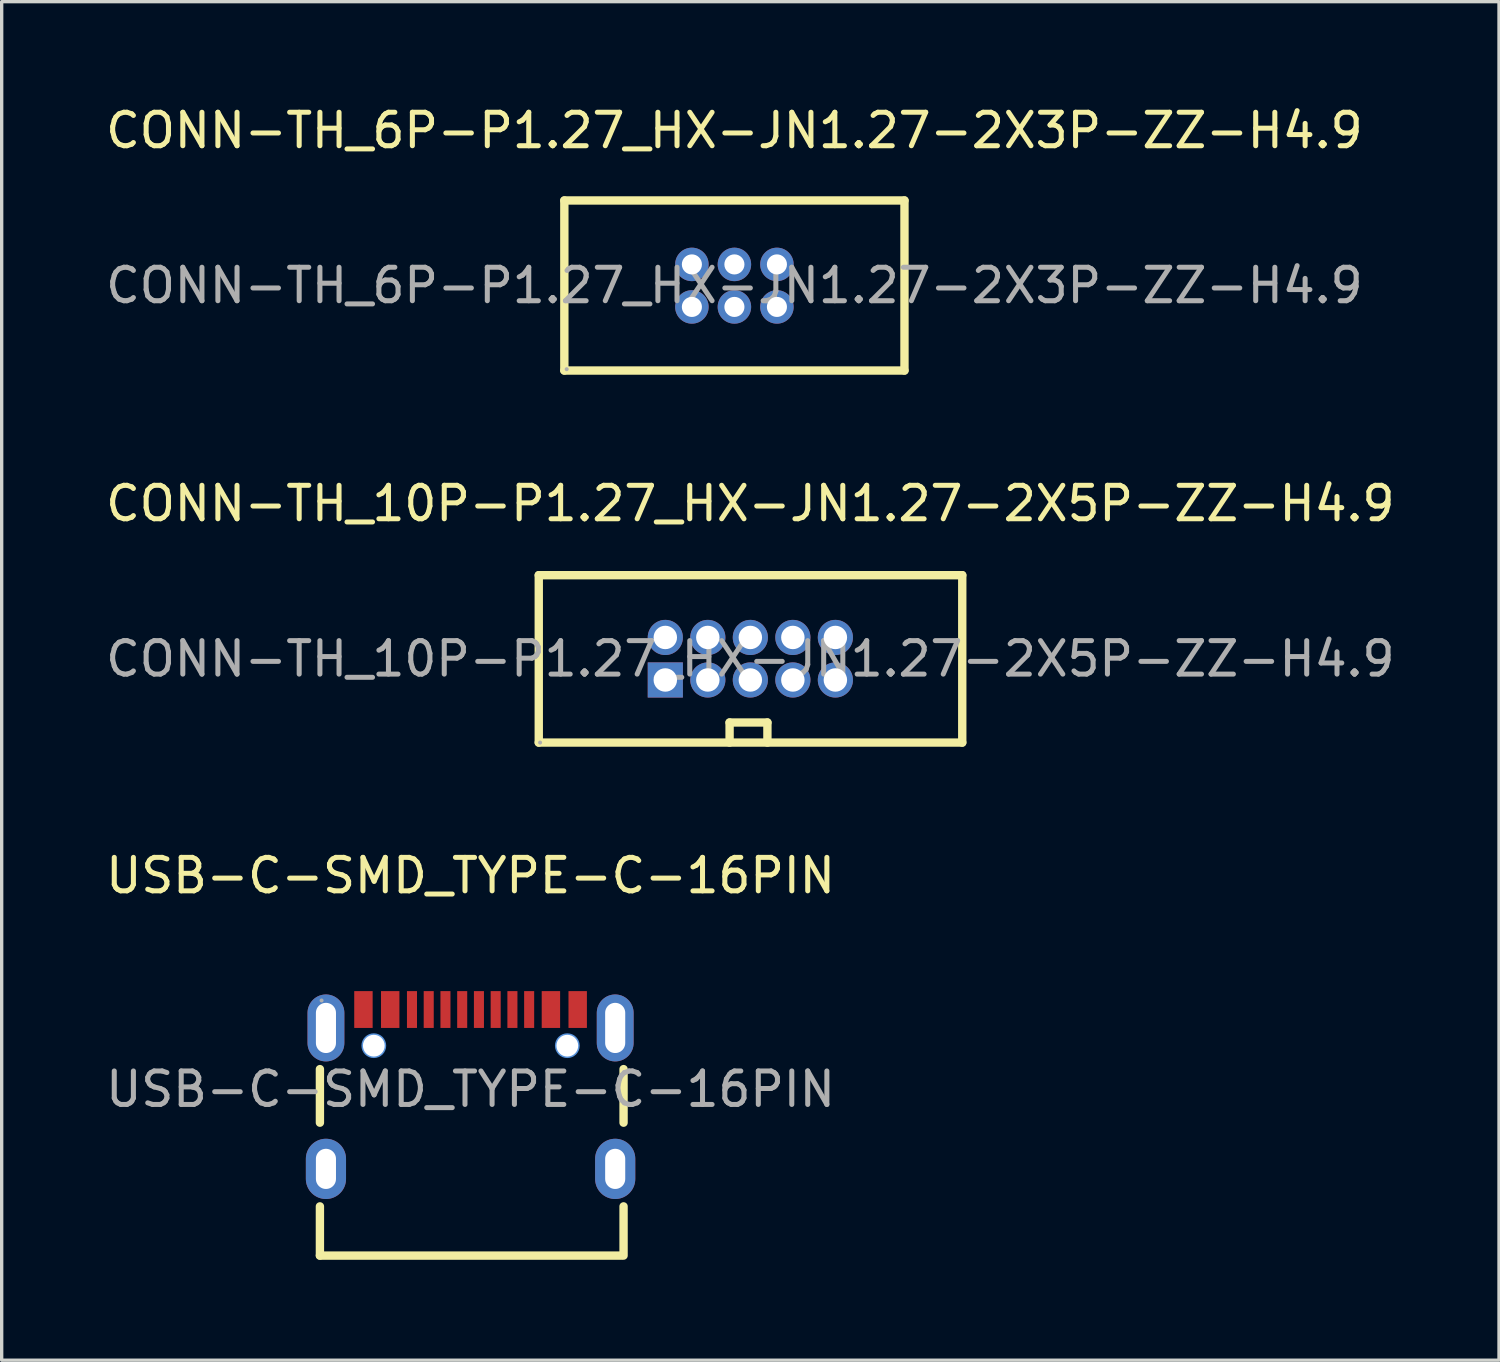
<source format=kicad_pcb>
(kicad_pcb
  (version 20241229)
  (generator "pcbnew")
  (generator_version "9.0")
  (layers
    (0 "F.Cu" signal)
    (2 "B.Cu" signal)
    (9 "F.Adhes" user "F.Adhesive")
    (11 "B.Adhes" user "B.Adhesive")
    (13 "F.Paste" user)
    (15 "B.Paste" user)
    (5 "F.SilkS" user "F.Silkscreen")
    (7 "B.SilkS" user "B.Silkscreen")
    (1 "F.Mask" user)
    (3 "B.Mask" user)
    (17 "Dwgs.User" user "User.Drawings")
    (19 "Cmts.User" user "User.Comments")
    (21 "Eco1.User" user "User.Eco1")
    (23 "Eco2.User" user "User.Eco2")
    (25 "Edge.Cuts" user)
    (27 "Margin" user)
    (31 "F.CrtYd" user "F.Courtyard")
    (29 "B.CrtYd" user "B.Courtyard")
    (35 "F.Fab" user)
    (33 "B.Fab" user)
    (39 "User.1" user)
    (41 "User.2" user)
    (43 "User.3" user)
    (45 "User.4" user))
  (footprint "CONN-TH_6P-P1.27_HX-JN1.27-2X3P-ZZ-H4.9"
    (layer "F.Cu")
    (at 18.887 5.478)
    (property "Reference" "CONN-TH_6P-P1.27_HX-JN1.27-2X3P-ZZ-H4.9" (at 0 -4.63 0) (layer "F.SilkS") (effects (font (size 1 1) (thickness 0.15))))
    (attr through_hole)
    (fp_line (start -5.08 -2.54) (end 5.08 -2.54) (stroke (width 0.25) (type solid)) (layer "F.SilkS"))
    (fp_line (start -5.08 2.54) (end -5.08 -2.54) (stroke (width 0.25) (type solid)) (layer "F.SilkS"))
    (fp_line (start 5.08 -2.54) (end 5.08 2.54) (stroke (width 0.25) (type solid)) (layer "F.SilkS"))
    (fp_line (start 5.08 2.54) (end -5.08 2.54) (stroke (width 0.25) (type solid)) (layer "F.SilkS"))
    (fp_circle (center -5.01 2.5) (end -4.98 2.5) (stroke (width 0.06) (type solid)) (fill no) (layer "F.Fab"))
    (fp_text user "${REFERENCE}" (at 0 0 0) (layer "F.Fab") (effects (font (size 1 1) (thickness 0.15))))
    (pad "1" thru_hole circle (at -1.27 0.64) (size 1 1) (drill 0.6) (layers "*.Cu" "*.Mask"))
    (pad "2" thru_hole circle (at -1.27 -0.63) (size 1 1) (drill 0.6) (layers "*.Cu" "*.Mask"))
    (pad "3" thru_hole circle (at 0 0.64) (size 1 1) (drill 0.6) (layers "*.Cu" "*.Mask"))
    (pad "4" thru_hole circle (at 0 -0.63) (size 1 1) (drill 0.6) (layers "*.Cu" "*.Mask"))
    (pad "5" thru_hole circle (at 1.27 0.64) (size 1 1) (drill 0.6) (layers "*.Cu" "*.Mask"))
    (pad "6" thru_hole circle (at 1.27 -0.63) (size 1 1) (drill 0.6) (layers "*.Cu" "*.Mask")))
  (footprint "USB-C-SMD_TYPE-C-16PIN"
    (layer "F.Cu")
    (at 11.006 29.485)
    (property "Reference" "USB-C-SMD_TYPE-C-16PIN" (at 0 -6.38 0) (layer "F.SilkS") (effects (font (size 1 1) (thickness 0.15))))
    (attr smd)
    (fp_line (start -4.5 1) (end -4.5 -0.6) (stroke (width 0.25) (type solid)) (layer "F.SilkS"))
    (fp_line (start -4.5 4.97) (end -4.5 3.5) (stroke (width 0.25) (type solid)) (layer "F.SilkS"))
    (fp_line (start 4.5 4.97) (end -4.5 4.97) (stroke (width 0.25) (type solid)) (layer "F.SilkS"))
    (fp_line (start 4.57 1) (end 4.57 -0.6) (stroke (width 0.25) (type solid)) (layer "F.SilkS"))
    (fp_line (start 4.57 4.97) (end 4.57 3.5) (stroke (width 0.25) (type solid)) (layer "F.SilkS"))
    (fp_circle (center -2.89 -1.3) (end -2.77 -1.3) (stroke (width 0.25) (type solid)) (fill no) (layer "Cmts.User"))
    (fp_circle (center 2.89 -1.3) (end 3.01 -1.3) (stroke (width 0.25) (type solid)) (fill no) (layer "Cmts.User"))
    (fp_circle (center -4.45 -2.65) (end -4.42 -2.65) (stroke (width 0.06) (type solid)) (fill no) (layer "F.Fab"))
    (fp_text user "${REFERENCE}" (at 0 0 0) (layer "F.Fab") (effects (font (size 1 1) (thickness 0.15))))
    (pad "" np_thru_hole circle (at -2.89 -1.3) (size 0.65 0.65) (drill 0.65) (layers "*.Cu" "*.Mask"))
    (pad "" np_thru_hole circle (at 2.89 -1.3) (size 0.65 0.65) (drill 0.65) (layers "*.Cu" "*.Mask"))
    (pad "1" smd rect (at -3.2 -2.38) (size 0.55 1.1) (layers "F.Cu" "F.Mask" "F.Paste"))
    (pad "2" smd rect (at -2.4 -2.38) (size 0.55 1.1) (layers "F.Cu" "F.Mask" "F.Paste"))
    (pad "3" smd rect (at -1.75 -2.38) (size 0.3 1.1) (layers "F.Cu" "F.Mask" "F.Paste"))
    (pad "4" smd rect (at -1.25 -2.38) (size 0.3 1.1) (layers "F.Cu" "F.Mask" "F.Paste"))
    (pad "5" smd rect (at -0.75 -2.38) (size 0.3 1.1) (layers "F.Cu" "F.Mask" "F.Paste"))
    (pad "6" smd rect (at -0.25 -2.38) (size 0.3 1.1) (layers "F.Cu" "F.Mask" "F.Paste"))
    (pad "7" smd rect (at 0.25 -2.38) (size 0.3 1.1) (layers "F.Cu" "F.Mask" "F.Paste"))
    (pad "8" smd rect (at 0.75 -2.38) (size 0.3 1.1) (layers "F.Cu" "F.Mask" "F.Paste"))
    (pad "9" smd rect (at 1.25 -2.38) (size 0.3 1.1) (layers "F.Cu" "F.Mask" "F.Paste"))
    (pad "10" smd rect (at 1.75 -2.38) (size 0.3 1.1) (layers "F.Cu" "F.Mask" "F.Paste"))
    (pad "11" smd rect (at 2.4 -2.38) (size 0.55 1.1) (layers "F.Cu" "F.Mask" "F.Paste"))
    (pad "12" smd rect (at 3.2 -2.38) (size 0.55 1.1) (layers "F.Cu" "F.Mask" "F.Paste"))
    (pad "13" thru_hole oval (at -4.32 -1.83) (size 1.1 2) (drill oval 0.6 1.5) (layers "*.Cu" "*.Mask"))
    (pad "13" thru_hole oval (at -4.32 2.38) (size 1.2 1.8) (drill oval 0.6 1.2) (layers "*.Cu" "*.Mask"))
    (pad "13" thru_hole oval (at 4.32 -1.83) (size 1.1 2) (drill oval 0.6 1.5) (layers "*.Cu" "*.Mask"))
    (pad "13" thru_hole oval (at 4.32 2.38) (size 1.2 1.8) (drill oval 0.6 1.2) (layers "*.Cu" "*.Mask")))
  (footprint "CONN-TH_10P-P1.27_HX-JN1.27-2X5P-ZZ-H4.9"
    (layer "F.Cu")
    (at 19.363 16.631)
    (property "Reference" "CONN-TH_10P-P1.27_HX-JN1.27-2X5P-ZZ-H4.9" (at 0 -4.64 0) (layer "F.SilkS") (effects (font (size 1 1) (thickness 0.15))))
    (attr through_hole)
    (fp_line (start -6.32 -2.5) (end 6.33 -2.5) (stroke (width 0.25) (type solid)) (layer "F.SilkS"))
    (fp_line (start -6.32 2.5) (end -6.32 -2.5) (stroke (width 0.25) (type solid)) (layer "F.SilkS"))
    (fp_line (start -0.62 1.9) (end 0.51 1.9) (stroke (width 0.25) (type solid)) (layer "F.SilkS"))
    (fp_line (start -0.62 2.5) (end -0.62 1.9) (stroke (width 0.25) (type solid)) (layer "F.SilkS"))
    (fp_line (start 0.51 1.9) (end 0.51 2.5) (stroke (width 0.25) (type solid)) (layer "F.SilkS"))
    (fp_line (start 6.33 -2.5) (end 6.33 2.5) (stroke (width 0.25) (type solid)) (layer "F.SilkS"))
    (fp_line (start 6.33 2.5) (end -6.32 2.5) (stroke (width 0.25) (type solid)) (layer "F.SilkS"))
    (fp_circle (center -6.28 2.5) (end -6.25 2.5) (stroke (width 0.06) (type solid)) (fill no) (layer "F.Fab"))
    (fp_text user "${REFERENCE}" (at 0 0 0) (layer "F.Fab") (effects (font (size 1 1) (thickness 0.15))))
    (pad "1" thru_hole rect (at -2.54 0.63) (size 1.05 1.05) (drill 0.7) (layers "*.Cu" "*.Mask"))
    (pad "2" thru_hole circle (at -2.54 -0.64) (size 1.05 1.05) (drill 0.7) (layers "*.Cu" "*.Mask"))
    (pad "3" thru_hole circle (at -1.27 0.63) (size 1.05 1.05) (drill 0.7) (layers "*.Cu" "*.Mask"))
    (pad "4" thru_hole circle (at -1.27 -0.64) (size 1.05 1.05) (drill 0.7) (layers "*.Cu" "*.Mask"))
    (pad "5" thru_hole circle (at 0 0.63) (size 1.05 1.05) (drill 0.7) (layers "*.Cu" "*.Mask"))
    (pad "6" thru_hole circle (at 0 -0.64) (size 1.05 1.05) (drill 0.7) (layers "*.Cu" "*.Mask"))
    (pad "7" thru_hole circle (at 1.27 0.63) (size 1.05 1.05) (drill 0.7) (layers "*.Cu" "*.Mask"))
    (pad "8" thru_hole circle (at 1.27 -0.64) (size 1.05 1.05) (drill 0.7) (layers "*.Cu" "*.Mask"))
    (pad "9" thru_hole circle (at 2.54 0.63) (size 1.05 1.05) (drill 0.7) (layers "*.Cu" "*.Mask"))
    (pad "10" thru_hole circle (at 2.54 -0.64) (size 1.05 1.05) (drill 0.7) (layers "*.Cu" "*.Mask")))
  (gr_rect
    (start -3 -3)
    (end 41.726 37.58)
    (stroke (width 0.1) (type default))
    (fill no)
    (layer "Edge.Cuts")))
</source>
